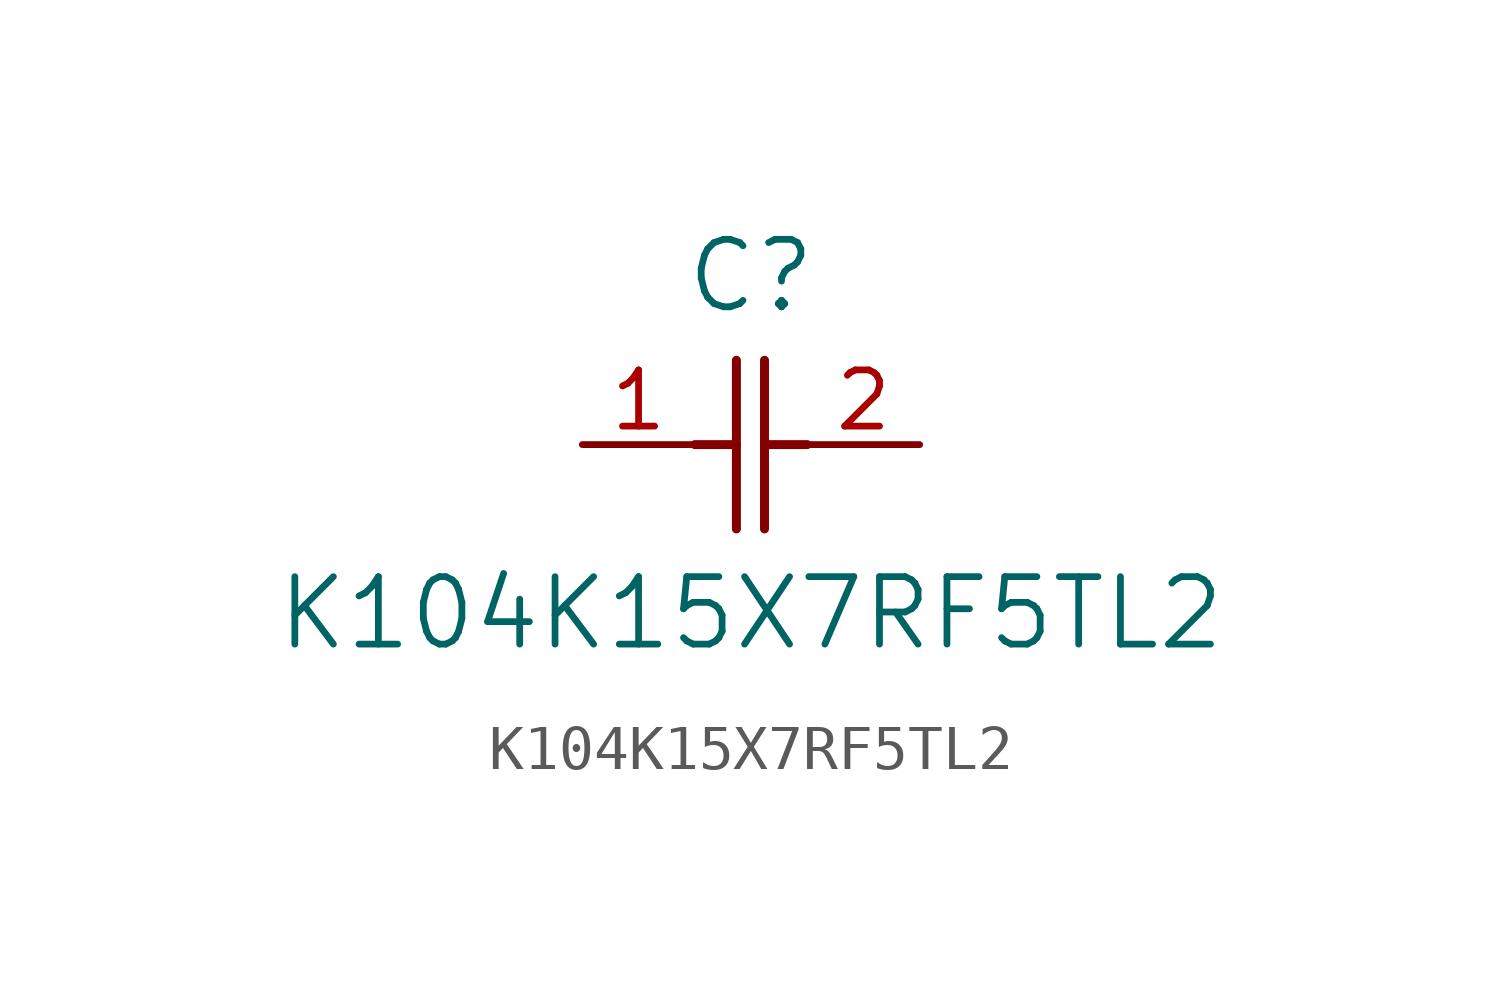
<source format=kicad_sym>
(kicad_symbol_lib
  (version 20211014)
  (generator kicad_symbol_editor)
  (symbol "K104K15X7RF5TL2"
    (pin_names
      (offset 0.254))
    (property "Reference" "C"
      (at 3.81 3.81 0)
      (effects (font (size 1.524 1.524))))
    (property "Value" "K104K15X7RF5TL2"
      (at 3.81 -3.81 0)
      (effects (font (size 1.524 1.524))))
    (symbol "K104K15X7RF5TL2_0_1"
      (polyline (pts (xy 3.48 -1.905) (xy 3.48 1.905)) (stroke (width 0.203) (type default) (color 0 0 0 0)) (fill (type none)))
      (polyline (pts (xy 4.115 -1.905) (xy 4.115 1.905)) (stroke (width 0.203) (type default) (color 0 0 0 0)) (fill (type none)))
      (polyline (pts (xy 4.115 0) (xy 5.08 0)) (stroke (width 0.203) (type default) (color 0 0 0 0)) (fill (type none)))
      (polyline (pts (xy 2.54 0) (xy 3.48 0)) (stroke (width 0.203) (type default) (color 0 0 0 0)) (fill (type none)))
      (pin unspecified line (at 0 0 0) (length 2.54) (name "" (effects (font (size 1.27 1.27)))) (number "1" (effects (font (size 1.27 1.27)))))
      (pin unspecified line (at 7.62 0 180) (length 2.54) (name "" (effects (font (size 1.27 1.27)))) (number "2" (effects (font (size 1.27 1.27))))))))
</source>
